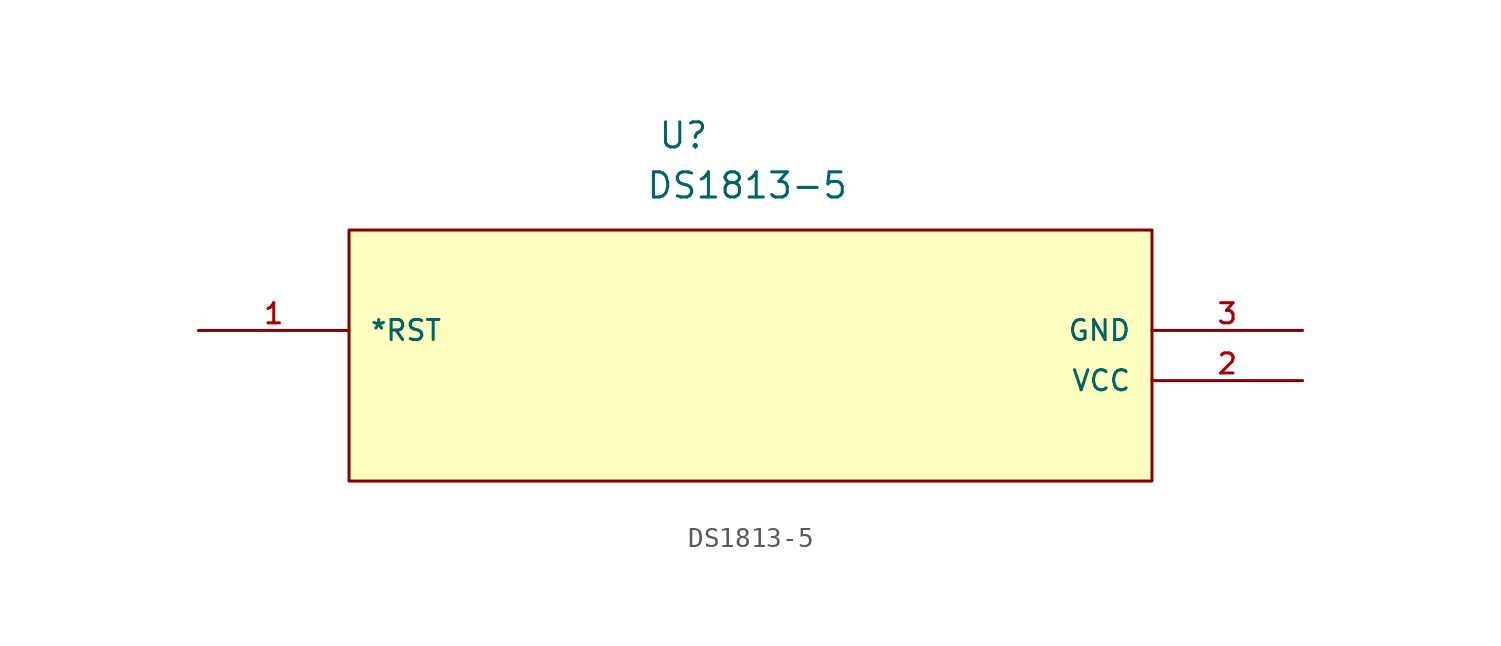
<source format=kicad_sym>
(kicad_symbol_lib
  (version 20211014)
  (generator kicad_symbol_editor)
  (symbol "DS1813-5"
    (pin_names
      (offset 1.016))
    (property "Reference" "U"
      (at 23.233 9.125 0.0)
      (effects (font (size 1.27 1.27)) (justify bottom left)))
    (property "Value" "DS1813-5"
      (at 22.625 6.592 0.0)
      (effects (font (size 1.27 1.27)) (justify bottom left)))
    (symbol "DS1813-5_0_0"
      (rectangle (start 7.62 -7.62) (end 48.26 5.08) (stroke (width 0.152)) (fill (type background)))
      (pin bidirectional line (at 0.0 0.0 0) (length 7.62) (name "*RST" (effects (font (size 1.016 1.016)))) (number "1" (effects (font (size 1.016 1.016)))))
      (pin power_in line (at 55.88 -2.54 180.0) (length 7.62) (name "VCC" (effects (font (size 1.016 1.016)))) (number "2" (effects (font (size 1.016 1.016)))))
      (pin power_in line (at 55.88 0.0 180.0) (length 7.62) (name "GND" (effects (font (size 1.016 1.016)))) (number "3" (effects (font (size 1.016 1.016))))))))
</source>
